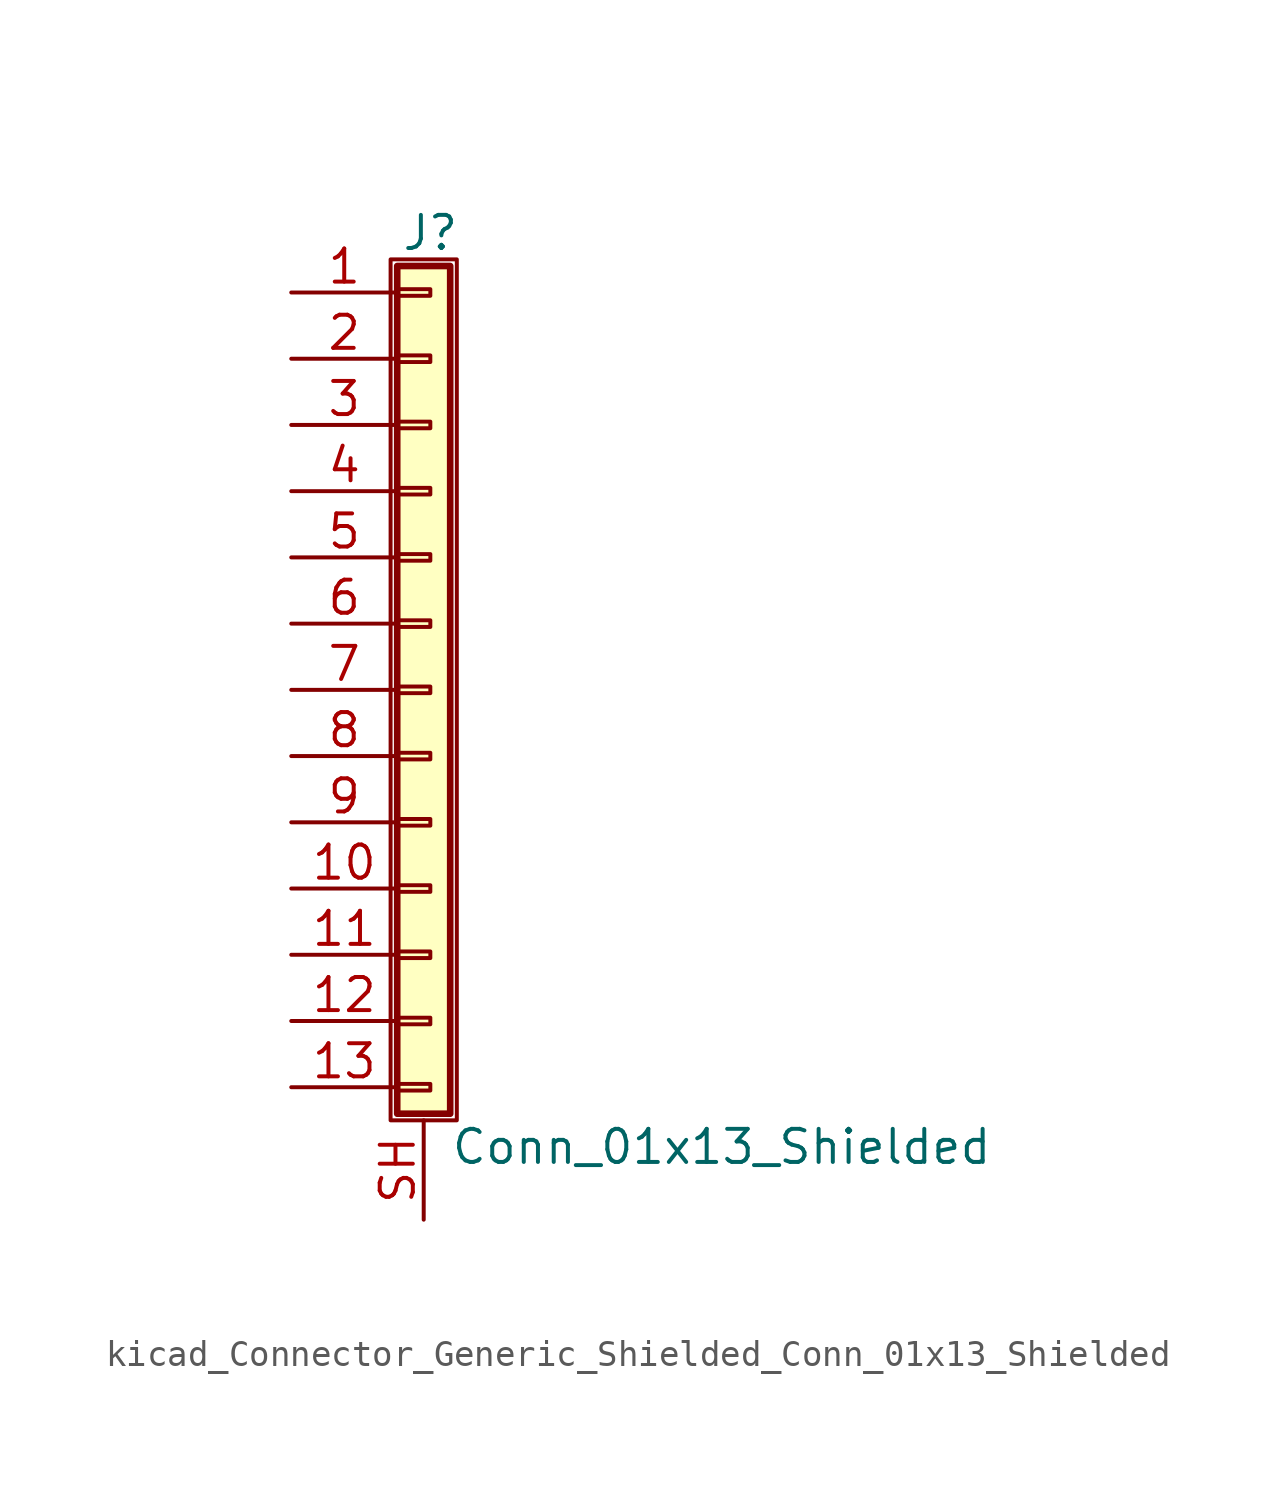
<source format=kicad_sym>
(kicad_symbol_lib
  (version 20220914)
  (generator kicad_symbol_editor)
  (symbol "kicad_Connector_Generic_Shielded_Conn_01x13_Shielded"
    (pin_names
      (offset 1.016) hide)
    (property "Reference" "J"
      (at 0.254 17.526 0)
      (effects (font (size 1.27 1.27))))
    (property "Value" "Conn_01x13_Shielded"
      (at 1.016 -17.526 0)
      (effects (font (size 1.27 1.27)) (justify left)))
    (symbol "kicad_Connector_Generic_Shielded_Conn_01x13_Shielded_1_1"
      (rectangle (start -1.27 16.51) (end 1.27 -16.51) (stroke (width 0.152) (type default)) (fill (type none)))
      (rectangle (start -1.016 -15.113) (end 0.254 -15.367) (stroke (width 0.152) (type default)) (fill (type none)))
      (rectangle (start -1.016 -12.573) (end 0.254 -12.827) (stroke (width 0.152) (type default)) (fill (type none)))
      (rectangle (start -1.016 -10.033) (end 0.254 -10.287) (stroke (width 0.152) (type default)) (fill (type none)))
      (rectangle (start -1.016 -7.493) (end 0.254 -7.747) (stroke (width 0.152) (type default)) (fill (type none)))
      (rectangle (start -1.016 -4.953) (end 0.254 -5.207) (stroke (width 0.152) (type default)) (fill (type none)))
      (rectangle (start -1.016 -2.413) (end 0.254 -2.667) (stroke (width 0.152) (type default)) (fill (type none)))
      (rectangle (start -1.016 0.127) (end 0.254 -0.127) (stroke (width 0.152) (type default)) (fill (type none)))
      (rectangle (start -1.016 2.667) (end 0.254 2.413) (stroke (width 0.152) (type default)) (fill (type none)))
      (rectangle (start -1.016 5.207) (end 0.254 4.953) (stroke (width 0.152) (type default)) (fill (type none)))
      (rectangle (start -1.016 7.747) (end 0.254 7.493) (stroke (width 0.152) (type default)) (fill (type none)))
      (rectangle (start -1.016 10.287) (end 0.254 10.033) (stroke (width 0.152) (type default)) (fill (type none)))
      (rectangle (start -1.016 12.827) (end 0.254 12.573) (stroke (width 0.152) (type default)) (fill (type none)))
      (rectangle (start -1.016 15.367) (end 0.254 15.113) (stroke (width 0.152) (type default)) (fill (type none)))
      (rectangle (start -1.016 16.256) (end 1.016 -16.256) (stroke (width 0.254) (type default)) (fill (type background)))
      (pin passive line (at -5.08 15.24 0) (length 4.064) (name "Pin_1" (effects (font (size 1.27 1.27)))) (number "1" (effects (font (size 1.27 1.27)))))
      (pin passive line (at -5.08 -7.62 0) (length 4.064) (name "Pin_10" (effects (font (size 1.27 1.27)))) (number "10" (effects (font (size 1.27 1.27)))))
      (pin passive line (at -5.08 -10.16 0) (length 4.064) (name "Pin_11" (effects (font (size 1.27 1.27)))) (number "11" (effects (font (size 1.27 1.27)))))
      (pin passive line (at -5.08 -12.7 0) (length 4.064) (name "Pin_12" (effects (font (size 1.27 1.27)))) (number "12" (effects (font (size 1.27 1.27)))))
      (pin passive line (at -5.08 -15.24 0) (length 4.064) (name "Pin_13" (effects (font (size 1.27 1.27)))) (number "13" (effects (font (size 1.27 1.27)))))
      (pin passive line (at -5.08 12.7 0) (length 4.064) (name "Pin_2" (effects (font (size 1.27 1.27)))) (number "2" (effects (font (size 1.27 1.27)))))
      (pin passive line (at -5.08 10.16 0) (length 4.064) (name "Pin_3" (effects (font (size 1.27 1.27)))) (number "3" (effects (font (size 1.27 1.27)))))
      (pin passive line (at -5.08 7.62 0) (length 4.064) (name "Pin_4" (effects (font (size 1.27 1.27)))) (number "4" (effects (font (size 1.27 1.27)))))
      (pin passive line (at -5.08 5.08 0) (length 4.064) (name "Pin_5" (effects (font (size 1.27 1.27)))) (number "5" (effects (font (size 1.27 1.27)))))
      (pin passive line (at -5.08 2.54 0) (length 4.064) (name "Pin_6" (effects (font (size 1.27 1.27)))) (number "6" (effects (font (size 1.27 1.27)))))
      (pin passive line (at -5.08 0 0) (length 4.064) (name "Pin_7" (effects (font (size 1.27 1.27)))) (number "7" (effects (font (size 1.27 1.27)))))
      (pin passive line (at -5.08 -2.54 0) (length 4.064) (name "Pin_8" (effects (font (size 1.27 1.27)))) (number "8" (effects (font (size 1.27 1.27)))))
      (pin passive line (at -5.08 -5.08 0) (length 4.064) (name "Pin_9" (effects (font (size 1.27 1.27)))) (number "9" (effects (font (size 1.27 1.27)))))
      (pin passive line (at 0 -20.32 90) (length 3.81) (name "Shield" (effects (font (size 1.27 1.27)))) (number "SH" (effects (font (size 1.27 1.27))))))))
</source>
